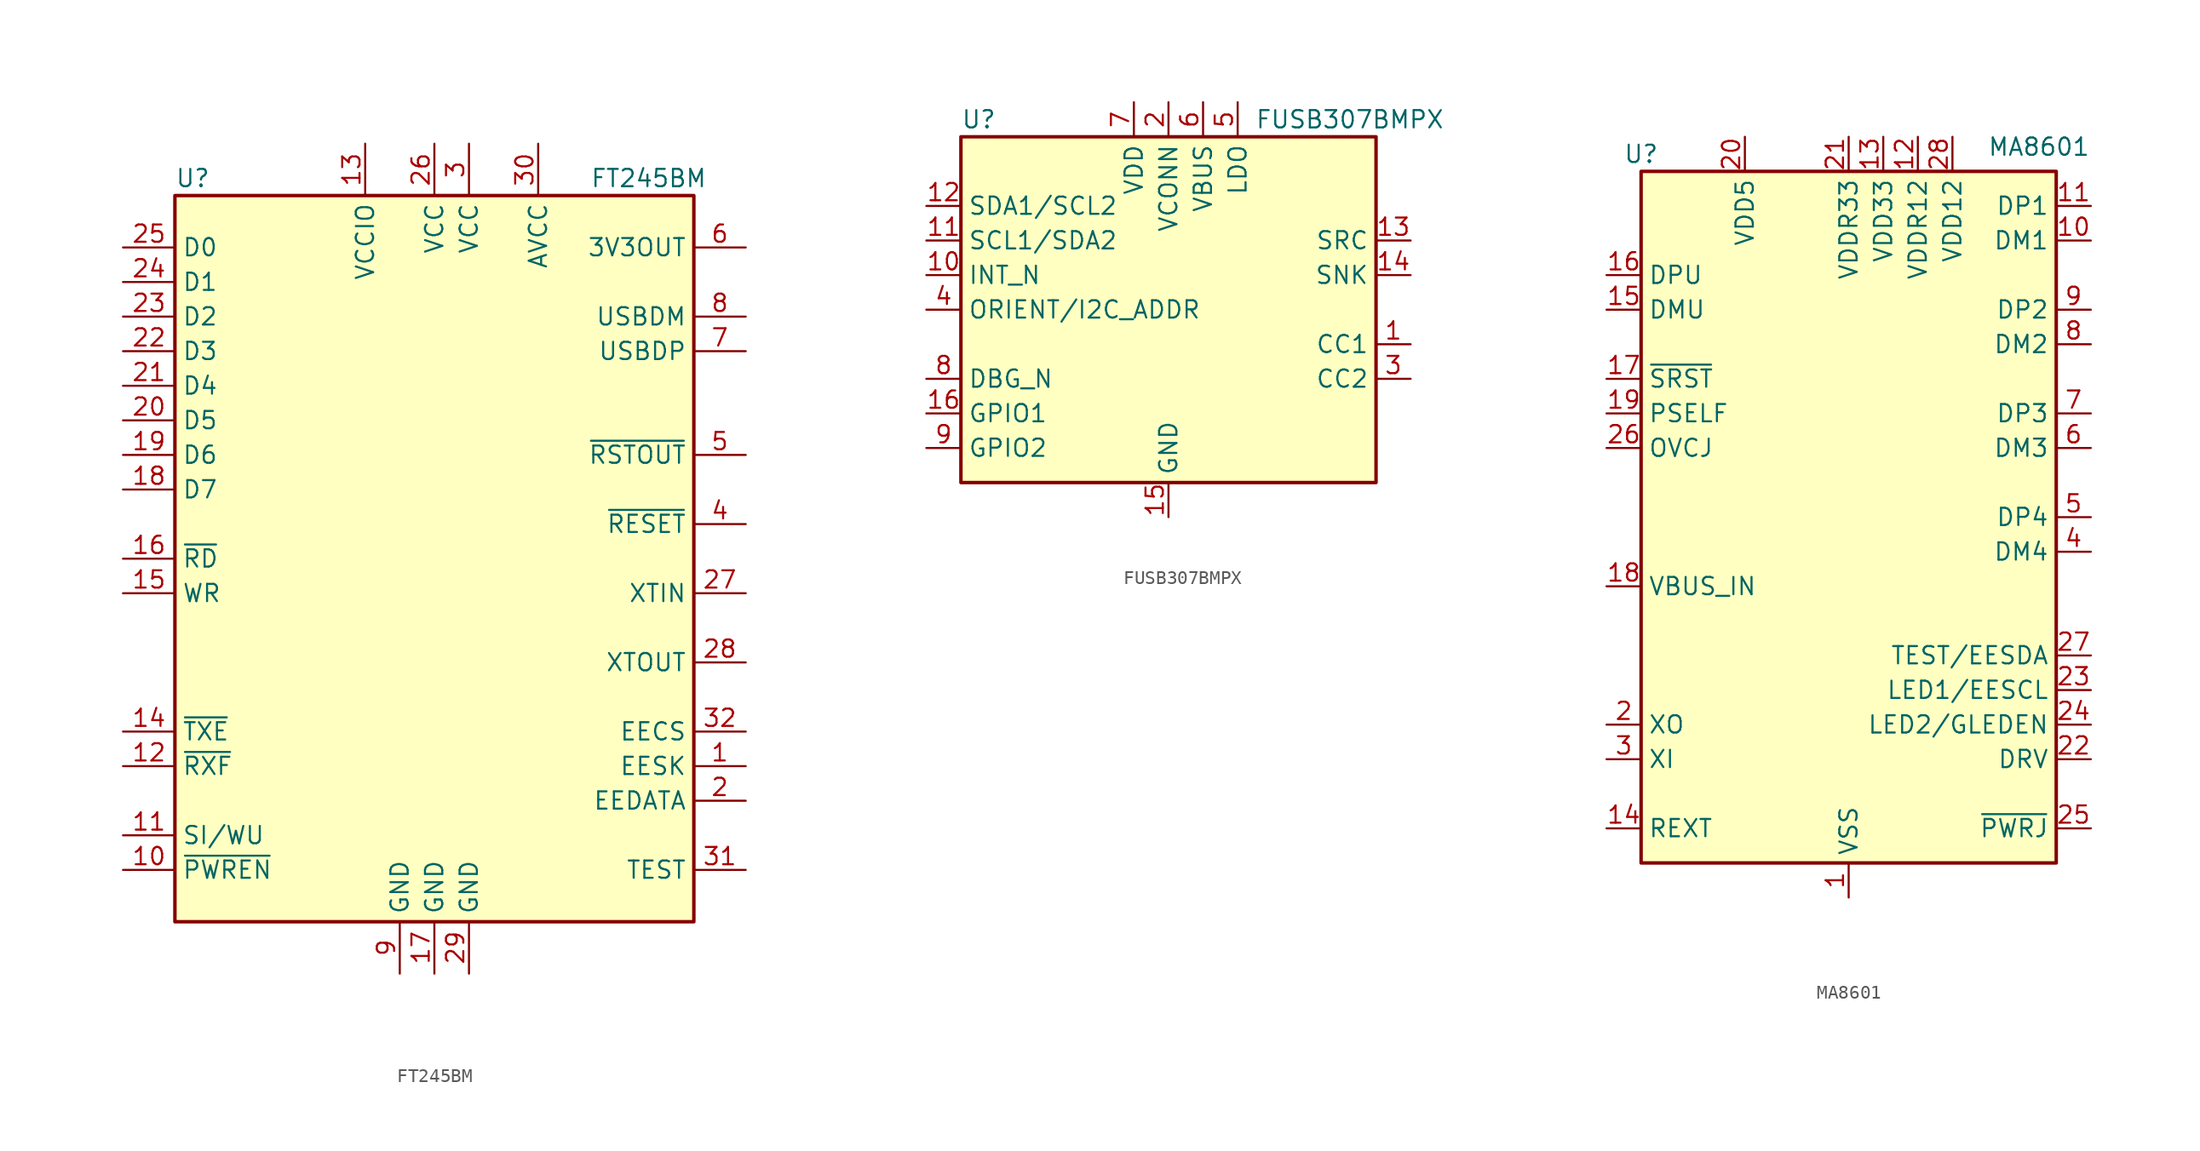
<source format=kicad_sym>
(kicad_symbol_lib
  (version 20220914)
  (generator kicad_symbol_editor)
  (symbol "FT245BM"
    (property "Reference" "U"
      (at -19.05 27.94 0)
      (effects (font (size 1.27 1.27)) (justify left)))
    (property "Value" "FT245BM"
      (at 11.43 27.94 0)
      (effects (font (size 1.27 1.27)) (justify left)))
    (symbol "FT245BM_0_1"
      (rectangle (start -19.05 26.67) (end 19.05 -26.67) (stroke (width 0.254) (type default)) (fill (type background))))
    (symbol "FT245BM_1_1"
      (pin output line (at 22.86 -15.24 180) (length 3.81) (name "EESK" (effects (font (size 1.27 1.27)))) (number "1" (effects (font (size 1.27 1.27)))))
      (pin output line (at -22.86 -22.86 0) (length 3.81) (name "~{PWREN}" (effects (font (size 1.27 1.27)))) (number "10" (effects (font (size 1.27 1.27)))))
      (pin input line (at -22.86 -20.32 0) (length 3.81) (name "SI/WU" (effects (font (size 1.27 1.27)))) (number "11" (effects (font (size 1.27 1.27)))))
      (pin output line (at -22.86 -15.24 0) (length 3.81) (name "~{RXF}" (effects (font (size 1.27 1.27)))) (number "12" (effects (font (size 1.27 1.27)))))
      (pin power_in line (at -5.08 30.48 270) (length 3.81) (name "VCCIO" (effects (font (size 1.27 1.27)))) (number "13" (effects (font (size 1.27 1.27)))))
      (pin output line (at -22.86 -12.7 0) (length 3.81) (name "~{TXE}" (effects (font (size 1.27 1.27)))) (number "14" (effects (font (size 1.27 1.27)))))
      (pin input line (at -22.86 -2.54 0) (length 3.81) (name "WR" (effects (font (size 1.27 1.27)))) (number "15" (effects (font (size 1.27 1.27)))))
      (pin input line (at -22.86 0 0) (length 3.81) (name "~{RD}" (effects (font (size 1.27 1.27)))) (number "16" (effects (font (size 1.27 1.27)))))
      (pin power_in line (at 0 -30.48 90) (length 3.81) (name "GND" (effects (font (size 1.27 1.27)))) (number "17" (effects (font (size 1.27 1.27)))))
      (pin bidirectional line (at -22.86 5.08 0) (length 3.81) (name "D7" (effects (font (size 1.27 1.27)))) (number "18" (effects (font (size 1.27 1.27)))))
      (pin bidirectional line (at -22.86 7.62 0) (length 3.81) (name "D6" (effects (font (size 1.27 1.27)))) (number "19" (effects (font (size 1.27 1.27)))))
      (pin bidirectional line (at 22.86 -17.78 180) (length 3.81) (name "EEDATA" (effects (font (size 1.27 1.27)))) (number "2" (effects (font (size 1.27 1.27)))))
      (pin bidirectional line (at -22.86 10.16 0) (length 3.81) (name "D5" (effects (font (size 1.27 1.27)))) (number "20" (effects (font (size 1.27 1.27)))))
      (pin bidirectional line (at -22.86 12.7 0) (length 3.81) (name "D4" (effects (font (size 1.27 1.27)))) (number "21" (effects (font (size 1.27 1.27)))))
      (pin bidirectional line (at -22.86 15.24 0) (length 3.81) (name "D3" (effects (font (size 1.27 1.27)))) (number "22" (effects (font (size 1.27 1.27)))))
      (pin bidirectional line (at -22.86 17.78 0) (length 3.81) (name "D2" (effects (font (size 1.27 1.27)))) (number "23" (effects (font (size 1.27 1.27)))))
      (pin bidirectional line (at -22.86 20.32 0) (length 3.81) (name "D1" (effects (font (size 1.27 1.27)))) (number "24" (effects (font (size 1.27 1.27)))))
      (pin bidirectional line (at -22.86 22.86 0) (length 3.81) (name "D0" (effects (font (size 1.27 1.27)))) (number "25" (effects (font (size 1.27 1.27)))))
      (pin power_in line (at 0 30.48 270) (length 3.81) (name "VCC" (effects (font (size 1.27 1.27)))) (number "26" (effects (font (size 1.27 1.27)))))
      (pin input line (at 22.86 -2.54 180) (length 3.81) (name "XTIN" (effects (font (size 1.27 1.27)))) (number "27" (effects (font (size 1.27 1.27)))))
      (pin output line (at 22.86 -7.62 180) (length 3.81) (name "XTOUT" (effects (font (size 1.27 1.27)))) (number "28" (effects (font (size 1.27 1.27)))))
      (pin power_in line (at 2.54 -30.48 90) (length 3.81) (name "GND" (effects (font (size 1.27 1.27)))) (number "29" (effects (font (size 1.27 1.27)))))
      (pin power_in line (at 2.54 30.48 270) (length 3.81) (name "VCC" (effects (font (size 1.27 1.27)))) (number "3" (effects (font (size 1.27 1.27)))))
      (pin power_in line (at 7.62 30.48 270) (length 3.81) (name "AVCC" (effects (font (size 1.27 1.27)))) (number "30" (effects (font (size 1.27 1.27)))))
      (pin input line (at 22.86 -22.86 180) (length 3.81) (name "TEST" (effects (font (size 1.27 1.27)))) (number "31" (effects (font (size 1.27 1.27)))))
      (pin bidirectional line (at 22.86 -12.7 180) (length 3.81) (name "EECS" (effects (font (size 1.27 1.27)))) (number "32" (effects (font (size 1.27 1.27)))))
      (pin input line (at 22.86 2.54 180) (length 3.81) (name "~{RESET}" (effects (font (size 1.27 1.27)))) (number "4" (effects (font (size 1.27 1.27)))))
      (pin output line (at 22.86 7.62 180) (length 3.81) (name "~{RSTOUT}" (effects (font (size 1.27 1.27)))) (number "5" (effects (font (size 1.27 1.27)))))
      (pin power_out line (at 22.86 22.86 180) (length 3.81) (name "3V3OUT" (effects (font (size 1.27 1.27)))) (number "6" (effects (font (size 1.27 1.27)))))
      (pin bidirectional line (at 22.86 15.24 180) (length 3.81) (name "USBDP" (effects (font (size 1.27 1.27)))) (number "7" (effects (font (size 1.27 1.27)))))
      (pin bidirectional line (at 22.86 17.78 180) (length 3.81) (name "USBDM" (effects (font (size 1.27 1.27)))) (number "8" (effects (font (size 1.27 1.27)))))
      (pin power_in line (at -2.54 -30.48 90) (length 3.81) (name "GND" (effects (font (size 1.27 1.27)))) (number "9" (effects (font (size 1.27 1.27)))))))
  (symbol "FUSB307BMPX"
    (property "Reference" "U"
      (at -15.24 13.97 0)
      (effects (font (size 1.27 1.27)) (justify left)))
    (property "Value" "FUSB307BMPX"
      (at 6.35 13.97 0)
      (effects (font (size 1.27 1.27)) (justify left)))
    (symbol "FUSB307BMPX_0_1"
      (rectangle (start -15.24 12.7) (end 15.24 -12.7) (stroke (width 0.254) (type default)) (fill (type background))))
    (symbol "FUSB307BMPX_1_1"
      (pin bidirectional line (at 17.78 -2.54 180) (length 2.54) (name "CC1" (effects (font (size 1.27 1.27)))) (number "1" (effects (font (size 1.27 1.27)))))
      (pin open_collector line (at -17.78 2.54 0) (length 2.54) (name "INT_N" (effects (font (size 1.27 1.27)))) (number "10" (effects (font (size 1.27 1.27)))))
      (pin bidirectional line (at -17.78 5.08 0) (length 2.54) (name "SCL1/SDA2" (effects (font (size 1.27 1.27)))) (number "11" (effects (font (size 1.27 1.27)))))
      (pin bidirectional line (at -17.78 7.62 0) (length 2.54) (name "SDA1/SCL2" (effects (font (size 1.27 1.27)))) (number "12" (effects (font (size 1.27 1.27)))))
      (pin output line (at 17.78 5.08 180) (length 2.54) (name "SRC" (effects (font (size 1.27 1.27)))) (number "13" (effects (font (size 1.27 1.27)))))
      (pin output line (at 17.78 2.54 180) (length 2.54) (name "SNK" (effects (font (size 1.27 1.27)))) (number "14" (effects (font (size 1.27 1.27)))))
      (pin power_in line (at 0 -15.24 90) (length 2.54) (name "GND" (effects (font (size 1.27 1.27)))) (number "15" (effects (font (size 1.27 1.27)))))
      (pin bidirectional line (at -17.78 -7.62 0) (length 2.54) (name "GPIO1" (effects (font (size 1.27 1.27)))) (number "16" (effects (font (size 1.27 1.27)))))
      (pin passive line (at 0 -15.24 90) (length 2.54) hide (name "GND" (effects (font (size 1.27 1.27)))) (number "17" (effects (font (size 1.27 1.27)))))
      (pin power_in line (at 0 15.24 270) (length 2.54) (name "VCONN" (effects (font (size 1.27 1.27)))) (number "2" (effects (font (size 1.27 1.27)))))
      (pin bidirectional line (at 17.78 -5.08 180) (length 2.54) (name "CC2" (effects (font (size 1.27 1.27)))) (number "3" (effects (font (size 1.27 1.27)))))
      (pin tri_state line (at -17.78 0 0) (length 2.54) (name "ORIENT/I2C_ADDR" (effects (font (size 1.27 1.27)))) (number "4" (effects (font (size 1.27 1.27)))))
      (pin power_out line (at 5.08 15.24 270) (length 2.54) (name "LDO" (effects (font (size 1.27 1.27)))) (number "5" (effects (font (size 1.27 1.27)))))
      (pin power_in line (at 2.54 15.24 270) (length 2.54) (name "VBUS" (effects (font (size 1.27 1.27)))) (number "6" (effects (font (size 1.27 1.27)))))
      (pin power_in line (at -2.54 15.24 270) (length 2.54) (name "VDD" (effects (font (size 1.27 1.27)))) (number "7" (effects (font (size 1.27 1.27)))))
      (pin open_collector line (at -17.78 -5.08 0) (length 2.54) (name "DBG_N" (effects (font (size 1.27 1.27)))) (number "8" (effects (font (size 1.27 1.27)))))
      (pin bidirectional line (at -17.78 -10.16 0) (length 2.54) (name "GPIO2" (effects (font (size 1.27 1.27)))) (number "9" (effects (font (size 1.27 1.27)))))))
  (symbol "MA8601"
    (property "Reference" "U"
      (at -15.24 26.67 0)
      (effects (font (size 1.27 1.27))))
    (property "Value" "MA8601"
      (at 13.97 27.94 0)
      (effects (font (size 1.27 1.27)) (justify top)))
    (symbol "MA8601_0_1"
      (rectangle (start -15.24 25.4) (end 15.24 -25.4) (stroke (width 0.254) (type default)) (fill (type background))))
    (symbol "MA8601_1_1"
      (pin power_in line (at 0 -27.94 90) (length 2.54) (name "VSS" (effects (font (size 1.27 1.27)))) (number "1" (effects (font (size 1.27 1.27)))))
      (pin bidirectional line (at 17.78 20.32 180) (length 2.54) (name "DM1" (effects (font (size 1.27 1.27)))) (number "10" (effects (font (size 1.27 1.27)))))
      (pin bidirectional line (at 17.78 22.86 180) (length 2.54) (name "DP1" (effects (font (size 1.27 1.27)))) (number "11" (effects (font (size 1.27 1.27)))))
      (pin power_out line (at 5.08 27.94 270) (length 2.54) (name "VDDR12" (effects (font (size 1.27 1.27)))) (number "12" (effects (font (size 1.27 1.27)))))
      (pin power_in line (at 2.54 27.94 270) (length 2.54) (name "VDD33" (effects (font (size 1.27 1.27)))) (number "13" (effects (font (size 1.27 1.27)))))
      (pin passive line (at -17.78 -22.86 0) (length 2.54) (name "REXT" (effects (font (size 1.27 1.27)))) (number "14" (effects (font (size 1.27 1.27)))))
      (pin bidirectional line (at -17.78 15.24 0) (length 2.54) (name "DMU" (effects (font (size 1.27 1.27)))) (number "15" (effects (font (size 1.27 1.27)))))
      (pin bidirectional line (at -17.78 17.78 0) (length 2.54) (name "DPU" (effects (font (size 1.27 1.27)))) (number "16" (effects (font (size 1.27 1.27)))))
      (pin input line (at -17.78 10.16 0) (length 2.54) (name "~{SRST}" (effects (font (size 1.27 1.27)))) (number "17" (effects (font (size 1.27 1.27)))))
      (pin input line (at -17.78 -5.08 0) (length 2.54) (name "VBUS_IN" (effects (font (size 1.27 1.27)))) (number "18" (effects (font (size 1.27 1.27)))))
      (pin input line (at -17.78 7.62 0) (length 2.54) (name "PSELF" (effects (font (size 1.27 1.27)))) (number "19" (effects (font (size 1.27 1.27)))))
      (pin output line (at -17.78 -15.24 0) (length 2.54) (name "XO" (effects (font (size 1.27 1.27)))) (number "2" (effects (font (size 1.27 1.27)))))
      (pin power_in line (at -7.62 27.94 270) (length 2.54) (name "VDD5" (effects (font (size 1.27 1.27)))) (number "20" (effects (font (size 1.27 1.27)))))
      (pin power_out line (at 0 27.94 270) (length 2.54) (name "VDDR33" (effects (font (size 1.27 1.27)))) (number "21" (effects (font (size 1.27 1.27)))))
      (pin bidirectional line (at 17.78 -17.78 180) (length 2.54) (name "DRV" (effects (font (size 1.27 1.27)))) (number "22" (effects (font (size 1.27 1.27)))))
      (pin bidirectional line (at 17.78 -12.7 180) (length 2.54) (name "LED1/EESCL" (effects (font (size 1.27 1.27)))) (number "23" (effects (font (size 1.27 1.27)))))
      (pin bidirectional line (at 17.78 -15.24 180) (length 2.54) (name "LED2/GLEDEN" (effects (font (size 1.27 1.27)))) (number "24" (effects (font (size 1.27 1.27)))))
      (pin output line (at 17.78 -22.86 180) (length 2.54) (name "~{PWRJ}" (effects (font (size 1.27 1.27)))) (number "25" (effects (font (size 1.27 1.27)))))
      (pin input line (at -17.78 5.08 0) (length 2.54) (name "OVCJ" (effects (font (size 1.27 1.27)))) (number "26" (effects (font (size 1.27 1.27)))))
      (pin bidirectional line (at 17.78 -10.16 180) (length 2.54) (name "TEST/EESDA" (effects (font (size 1.27 1.27)))) (number "27" (effects (font (size 1.27 1.27)))))
      (pin power_in line (at 7.62 27.94 270) (length 2.54) (name "VDD12" (effects (font (size 1.27 1.27)))) (number "28" (effects (font (size 1.27 1.27)))))
      (pin input line (at -17.78 -17.78 0) (length 2.54) (name "XI" (effects (font (size 1.27 1.27)))) (number "3" (effects (font (size 1.27 1.27)))))
      (pin bidirectional line (at 17.78 -2.54 180) (length 2.54) (name "DM4" (effects (font (size 1.27 1.27)))) (number "4" (effects (font (size 1.27 1.27)))))
      (pin bidirectional line (at 17.78 0 180) (length 2.54) (name "DP4" (effects (font (size 1.27 1.27)))) (number "5" (effects (font (size 1.27 1.27)))))
      (pin bidirectional line (at 17.78 5.08 180) (length 2.54) (name "DM3" (effects (font (size 1.27 1.27)))) (number "6" (effects (font (size 1.27 1.27)))))
      (pin bidirectional line (at 17.78 7.62 180) (length 2.54) (name "DP3" (effects (font (size 1.27 1.27)))) (number "7" (effects (font (size 1.27 1.27)))))
      (pin bidirectional line (at 17.78 12.7 180) (length 2.54) (name "DM2" (effects (font (size 1.27 1.27)))) (number "8" (effects (font (size 1.27 1.27)))))
      (pin bidirectional line (at 17.78 15.24 180) (length 2.54) (name "DP2" (effects (font (size 1.27 1.27)))) (number "9" (effects (font (size 1.27 1.27))))))))
</source>
